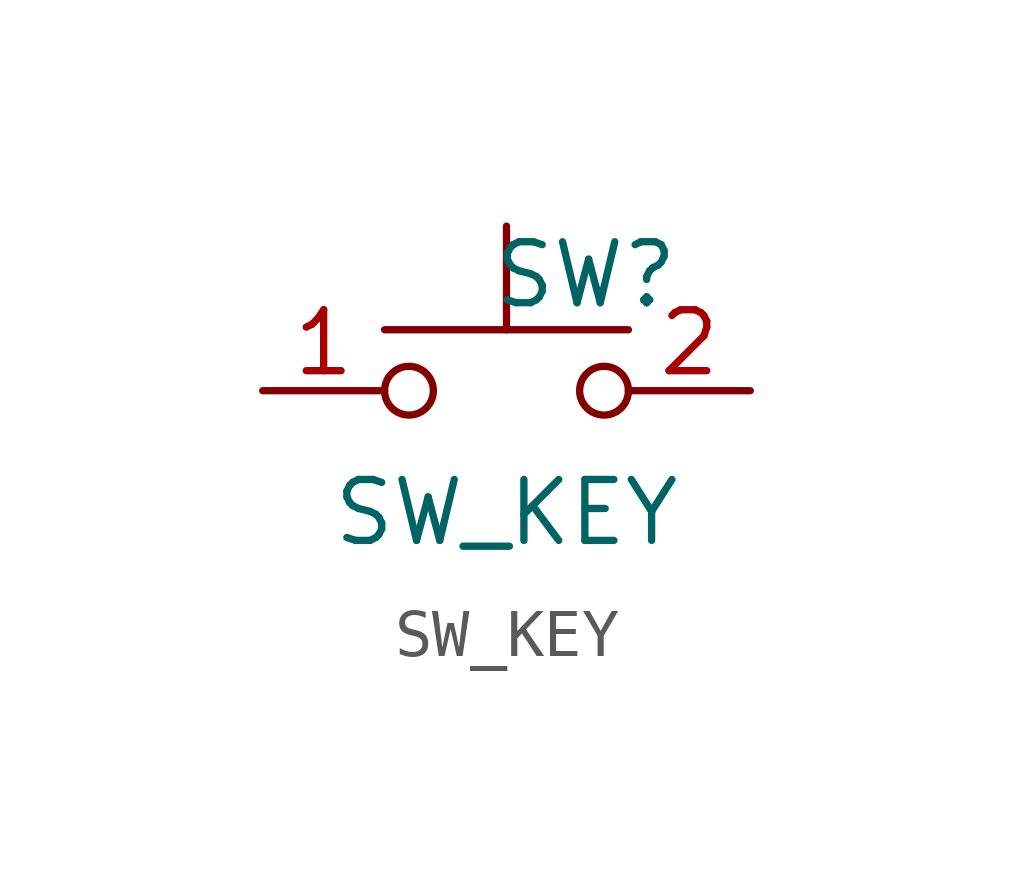
<source format=kicad_sym>
(kicad_symbol_lib
  (version 20211014)
  (generator kicad_symbol_editor)
  (symbol "SW_KEY"
    (pin_names
      (offset 1.016) hide)
    (property "Reference" "SW"
      (at 1.651 2.413 0)
      (effects (font (size 1.27 1.27))))
    (property "Value" "SW_KEY"
      (at 0 -2.54 0)
      (effects (font (size 1.27 1.27))))
    (symbol "SW_KEY_1_1"
      (circle (center -2.032 0) (radius 0.508) (stroke (width 0) (type default) (color 0 0 0 0)) (fill (type none)))
      (polyline (pts (xy -2.54 1.27) (xy 2.54 1.27)) (stroke (width 0) (type default) (color 0 0 0 0)) (fill (type none)))
      (polyline (pts (xy 0 1.27) (xy 0 3.429)) (stroke (width 0) (type default) (color 0 0 0 0)) (fill (type none)))
      (circle (center 2.032 0) (radius 0.508) (stroke (width 0) (type default) (color 0 0 0 0)) (fill (type none)))
      (pin passive line (at -5.08 0 0) (length 2.54) (name "1" (effects (font (size 1.27 1.27)))) (number "1" (effects (font (size 1.27 1.27)))))
      (pin passive line (at 5.08 0 180) (length 2.54) (name "2" (effects (font (size 1.27 1.27)))) (number "2" (effects (font (size 1.27 1.27))))))))
</source>
